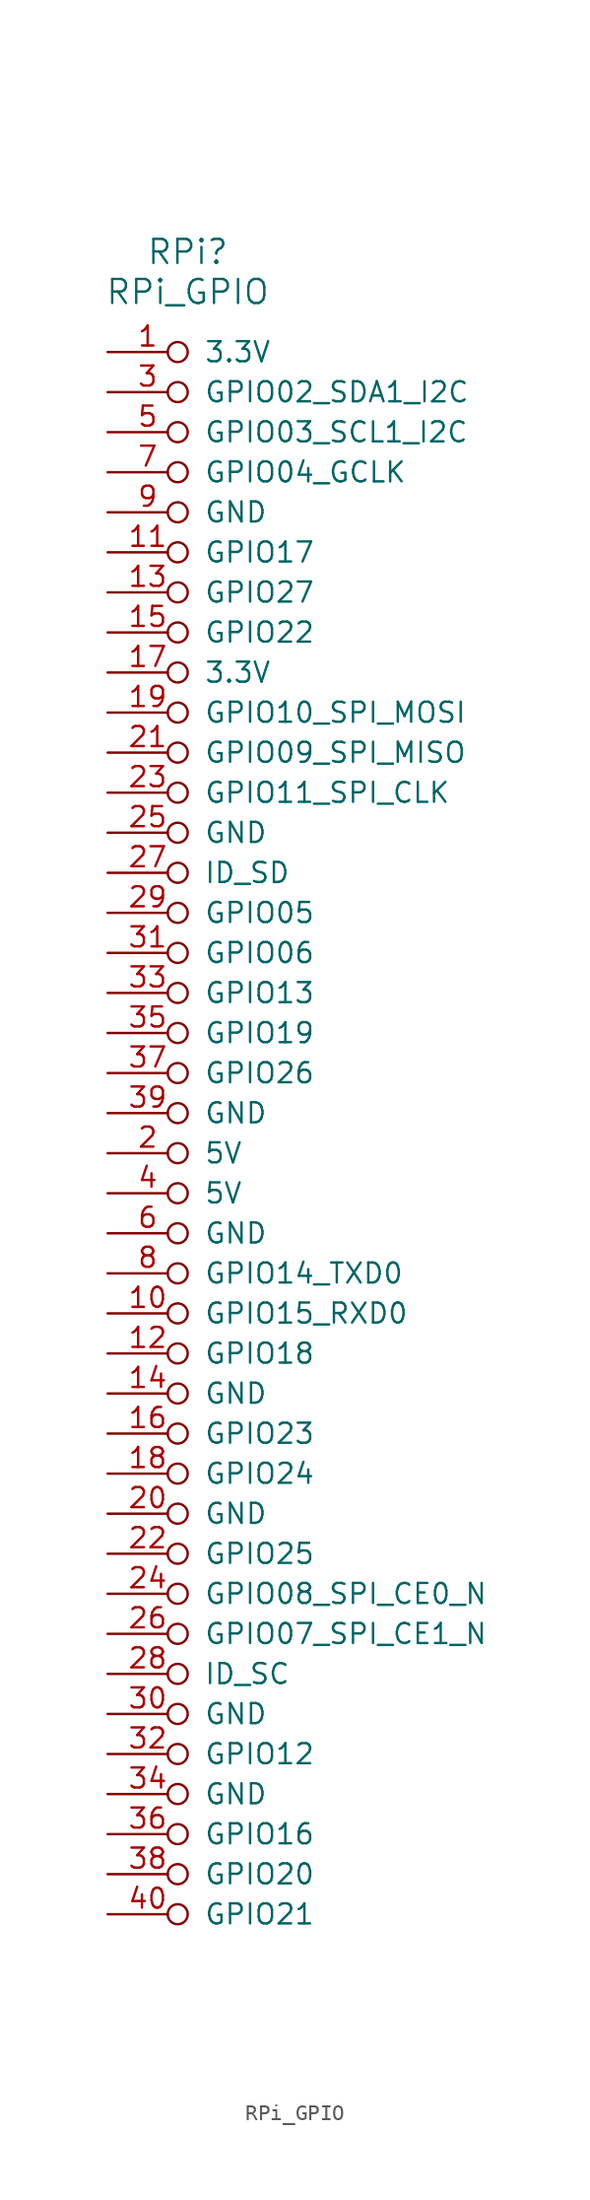
<source format=kicad_sym>
(kicad_symbol_lib
  (version 20220914)
  (generator kicad_symbol_editor)
  (symbol "RPi_GPIO"
    (pin_names
      (offset 1.016))
    (property "Reference" "RPi"
      (at 0 6.35 0)
      (effects (font (size 1.524 1.524))))
    (property "Value" "RPi_GPIO"
      (at 0 3.81 0)
      (effects (font (size 1.524 1.524))))
    (property "Footprint" ""
      (at 0 0 0)
      (effects (font (size 1.524 1.524))))
    (property "Datasheet" ""
      (at 0 0 0)
      (effects (font (size 1.524 1.524))))
    (symbol "RPi_GPIO_1_1"
      (pin power_out inverted (at -5.08 0 0) (length 5.08) (name "3.3V" (effects (font (size 1.27 1.27)))) (number "1" (effects (font (size 1.27 1.27)))))
      (pin bidirectional inverted (at -5.08 -60.96 0) (length 5.08) (name "GPIO15_RXD0" (effects (font (size 1.27 1.27)))) (number "10" (effects (font (size 1.27 1.27)))))
      (pin bidirectional inverted (at -5.08 -12.7 0) (length 5.08) (name "GPIO17" (effects (font (size 1.27 1.27)))) (number "11" (effects (font (size 1.27 1.27)))))
      (pin bidirectional inverted (at -5.08 -63.5 0) (length 5.08) (name "GPIO18" (effects (font (size 1.27 1.27)))) (number "12" (effects (font (size 1.27 1.27)))))
      (pin bidirectional inverted (at -5.08 -15.24 0) (length 5.08) (name "GPIO27" (effects (font (size 1.27 1.27)))) (number "13" (effects (font (size 1.27 1.27)))))
      (pin power_in inverted (at -5.08 -66.04 0) (length 5.08) (name "GND" (effects (font (size 1.27 1.27)))) (number "14" (effects (font (size 1.27 1.27)))))
      (pin bidirectional inverted (at -5.08 -17.78 0) (length 5.08) (name "GPIO22" (effects (font (size 1.27 1.27)))) (number "15" (effects (font (size 1.27 1.27)))))
      (pin bidirectional inverted (at -5.08 -68.58 0) (length 5.08) (name "GPIO23" (effects (font (size 1.27 1.27)))) (number "16" (effects (font (size 1.27 1.27)))))
      (pin power_out inverted (at -5.08 -20.32 0) (length 5.08) (name "3.3V" (effects (font (size 1.27 1.27)))) (number "17" (effects (font (size 1.27 1.27)))))
      (pin bidirectional inverted (at -5.08 -71.12 0) (length 5.08) (name "GPIO24" (effects (font (size 1.27 1.27)))) (number "18" (effects (font (size 1.27 1.27)))))
      (pin bidirectional inverted (at -5.08 -22.86 0) (length 5.08) (name "GPIO10_SPI_MOSI" (effects (font (size 1.27 1.27)))) (number "19" (effects (font (size 1.27 1.27)))))
      (pin power_out inverted (at -5.08 -50.8 0) (length 5.08) (name "5V" (effects (font (size 1.27 1.27)))) (number "2" (effects (font (size 1.27 1.27)))))
      (pin power_in inverted (at -5.08 -73.66 0) (length 5.08) (name "GND" (effects (font (size 1.27 1.27)))) (number "20" (effects (font (size 1.27 1.27)))))
      (pin bidirectional inverted (at -5.08 -25.4 0) (length 5.08) (name "GPIO09_SPI_MISO" (effects (font (size 1.27 1.27)))) (number "21" (effects (font (size 1.27 1.27)))))
      (pin bidirectional inverted (at -5.08 -76.2 0) (length 5.08) (name "GPIO25" (effects (font (size 1.27 1.27)))) (number "22" (effects (font (size 1.27 1.27)))))
      (pin bidirectional inverted (at -5.08 -27.94 0) (length 5.08) (name "GPIO11_SPI_CLK" (effects (font (size 1.27 1.27)))) (number "23" (effects (font (size 1.27 1.27)))))
      (pin bidirectional inverted (at -5.08 -78.74 0) (length 5.08) (name "GPIO08_SPI_CE0_N" (effects (font (size 1.27 1.27)))) (number "24" (effects (font (size 1.27 1.27)))))
      (pin power_in inverted (at -5.08 -30.48 0) (length 5.08) (name "GND" (effects (font (size 1.27 1.27)))) (number "25" (effects (font (size 1.27 1.27)))))
      (pin bidirectional inverted (at -5.08 -81.28 0) (length 5.08) (name "GPIO07_SPI_CE1_N" (effects (font (size 1.27 1.27)))) (number "26" (effects (font (size 1.27 1.27)))))
      (pin bidirectional inverted (at -5.08 -33.02 0) (length 5.08) (name "ID_SD" (effects (font (size 1.27 1.27)))) (number "27" (effects (font (size 1.27 1.27)))))
      (pin bidirectional inverted (at -5.08 -83.82 0) (length 5.08) (name "ID_SC" (effects (font (size 1.27 1.27)))) (number "28" (effects (font (size 1.27 1.27)))))
      (pin bidirectional inverted (at -5.08 -35.56 0) (length 5.08) (name "GPIO05" (effects (font (size 1.27 1.27)))) (number "29" (effects (font (size 1.27 1.27)))))
      (pin bidirectional inverted (at -5.08 -2.54 0) (length 5.08) (name "GPIO02_SDA1_I2C" (effects (font (size 1.27 1.27)))) (number "3" (effects (font (size 1.27 1.27)))))
      (pin power_in inverted (at -5.08 -86.36 0) (length 5.08) (name "GND" (effects (font (size 1.27 1.27)))) (number "30" (effects (font (size 1.27 1.27)))))
      (pin bidirectional inverted (at -5.08 -38.1 0) (length 5.08) (name "GPIO06" (effects (font (size 1.27 1.27)))) (number "31" (effects (font (size 1.27 1.27)))))
      (pin bidirectional inverted (at -5.08 -88.9 0) (length 5.08) (name "GPIO12" (effects (font (size 1.27 1.27)))) (number "32" (effects (font (size 1.27 1.27)))))
      (pin bidirectional inverted (at -5.08 -40.64 0) (length 5.08) (name "GPIO13" (effects (font (size 1.27 1.27)))) (number "33" (effects (font (size 1.27 1.27)))))
      (pin power_in inverted (at -5.08 -91.44 0) (length 5.08) (name "GND" (effects (font (size 1.27 1.27)))) (number "34" (effects (font (size 1.27 1.27)))))
      (pin bidirectional inverted (at -5.08 -43.18 0) (length 5.08) (name "GPIO19" (effects (font (size 1.27 1.27)))) (number "35" (effects (font (size 1.27 1.27)))))
      (pin bidirectional inverted (at -5.08 -93.98 0) (length 5.08) (name "GPIO16" (effects (font (size 1.27 1.27)))) (number "36" (effects (font (size 1.27 1.27)))))
      (pin bidirectional inverted (at -5.08 -45.72 0) (length 5.08) (name "GPIO26" (effects (font (size 1.27 1.27)))) (number "37" (effects (font (size 1.27 1.27)))))
      (pin bidirectional inverted (at -5.08 -96.52 0) (length 5.08) (name "GPIO20" (effects (font (size 1.27 1.27)))) (number "38" (effects (font (size 1.27 1.27)))))
      (pin power_in inverted (at -5.08 -48.26 0) (length 5.08) (name "GND" (effects (font (size 1.27 1.27)))) (number "39" (effects (font (size 1.27 1.27)))))
      (pin power_out inverted (at -5.08 -53.34 0) (length 5.08) (name "5V" (effects (font (size 1.27 1.27)))) (number "4" (effects (font (size 1.27 1.27)))))
      (pin bidirectional inverted (at -5.08 -99.06 0) (length 5.08) (name "GPIO21" (effects (font (size 1.27 1.27)))) (number "40" (effects (font (size 1.27 1.27)))))
      (pin bidirectional inverted (at -5.08 -5.08 0) (length 5.08) (name "GPIO03_SCL1_I2C" (effects (font (size 1.27 1.27)))) (number "5" (effects (font (size 1.27 1.27)))))
      (pin power_in inverted (at -5.08 -55.88 0) (length 5.08) (name "GND" (effects (font (size 1.27 1.27)))) (number "6" (effects (font (size 1.27 1.27)))))
      (pin bidirectional inverted (at -5.08 -7.62 0) (length 5.08) (name "GPIO04_GCLK" (effects (font (size 1.27 1.27)))) (number "7" (effects (font (size 1.27 1.27)))))
      (pin bidirectional inverted (at -5.08 -58.42 0) (length 5.08) (name "GPIO14_TXD0" (effects (font (size 1.27 1.27)))) (number "8" (effects (font (size 1.27 1.27)))))
      (pin power_in inverted (at -5.08 -10.16 0) (length 5.08) (name "GND" (effects (font (size 1.27 1.27)))) (number "9" (effects (font (size 1.27 1.27))))))))
</source>
